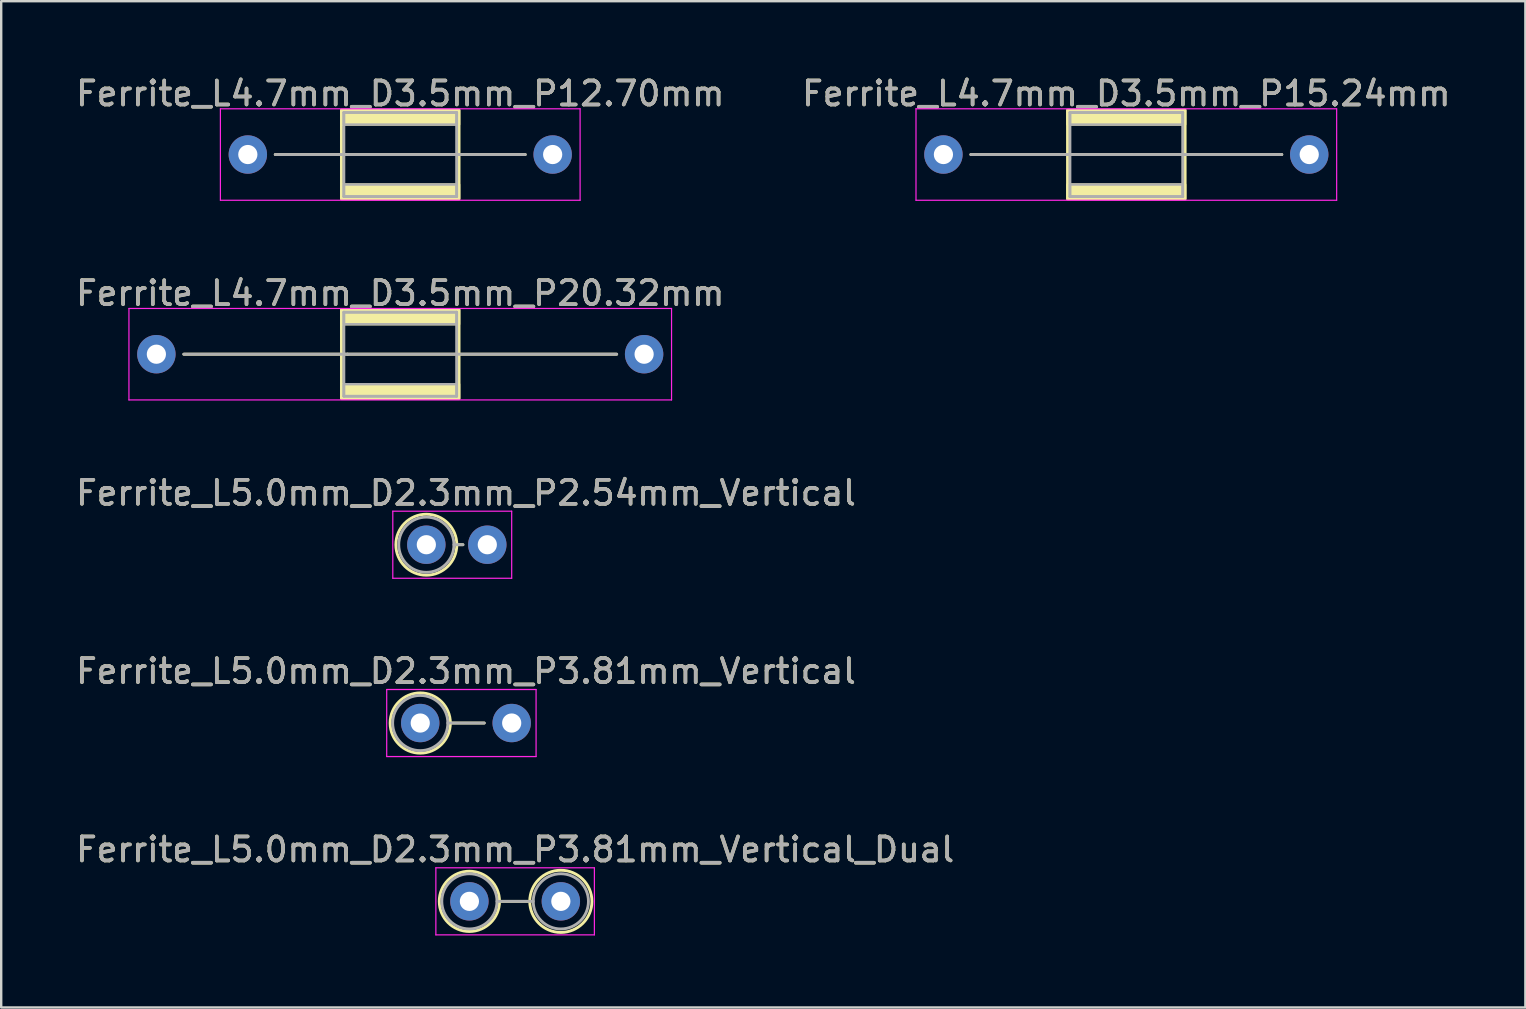
<source format=kicad_pcb>
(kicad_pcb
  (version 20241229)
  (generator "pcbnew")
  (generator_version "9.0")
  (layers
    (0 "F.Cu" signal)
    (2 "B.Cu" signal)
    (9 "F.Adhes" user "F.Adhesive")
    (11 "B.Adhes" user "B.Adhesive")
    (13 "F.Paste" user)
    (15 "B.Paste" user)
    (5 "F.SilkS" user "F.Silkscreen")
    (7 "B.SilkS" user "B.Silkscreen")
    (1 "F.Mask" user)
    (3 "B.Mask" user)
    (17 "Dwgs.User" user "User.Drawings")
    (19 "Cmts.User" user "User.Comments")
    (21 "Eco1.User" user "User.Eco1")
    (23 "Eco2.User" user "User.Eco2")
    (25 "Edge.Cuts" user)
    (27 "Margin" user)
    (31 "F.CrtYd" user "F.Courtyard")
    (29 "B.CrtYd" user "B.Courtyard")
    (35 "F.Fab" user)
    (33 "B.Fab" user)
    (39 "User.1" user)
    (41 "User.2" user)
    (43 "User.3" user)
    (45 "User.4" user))
  (footprint "Ferrite_L4.7mm_D3.5mm_P15.24mm"
    (layer "F.Cu")
    (at 36.255 3.388)
    (property "Reference" "Ferrite_L4.7mm_D3.5mm_P15.24mm" (at 7.62 -2.54 0) (layer "F.SilkS") (effects (font (size 1 1) (thickness 0.15))))
    (fp_line (start 7.964 0.000002) (end 1.143 0) (stroke (width 0.12) (type solid)) (layer "F.SilkS"))
    (fp_line (start 7.964 0.000002) (end 14.097 0) (stroke (width 0.12) (type solid)) (layer "F.SilkS"))
    (fp_rect (start 5.17 -1.85) (end 10.07 1.85) (stroke (width 0.12) (type solid)) (fill no) (layer "F.SilkS"))
    (fp_poly (pts (xy 10.07 -1.25) (xy 5.17 -1.25) (xy 5.17 -1.85) (xy 10.07 -1.85)) (stroke (width 0.1) (type solid)) (fill yes) (layer "F.SilkS"))
    (fp_poly (pts (xy 10.07 1.85) (xy 5.17 1.85) (xy 5.17 1.25) (xy 10.07 1.25)) (stroke (width 0.1) (type solid)) (fill yes) (layer "F.SilkS"))
    (fp_line (start -1.143 -1.905) (end 16.383 -1.905) (stroke (width 0.05) (type solid)) (layer "F.CrtYd"))
    (fp_line (start -1.143 1.905) (end -1.143 -1.905) (stroke (width 0.05) (type solid)) (layer "F.CrtYd"))
    (fp_line (start 16.383 -1.905) (end 16.383 1.905) (stroke (width 0.05) (type solid)) (layer "F.CrtYd"))
    (fp_line (start 16.383 1.905) (end -1.143 1.905) (stroke (width 0.05) (type solid)) (layer "F.CrtYd"))
    (fp_line (start 5.27 -1.75) (end 5.27 0) (stroke (width 0.12) (type solid)) (layer "F.Fab"))
    (fp_line (start 5.27 0) (end 5.27 1.75) (stroke (width 0.12) (type solid)) (layer "F.Fab"))
    (fp_line (start 5.27 1.75) (end 9.97 1.75) (stroke (width 0.12) (type solid)) (layer "F.Fab"))
    (fp_line (start 7.964 0.000002) (end 1.143 0) (stroke (width 0.12) (type solid)) (layer "F.Fab"))
    (fp_line (start 7.964 0.000002) (end 14.097 0) (stroke (width 0.12) (type solid)) (layer "F.Fab"))
    (fp_line (start 9.97 -1.75) (end 5.27 -1.75) (stroke (width 0.12) (type solid)) (layer "F.Fab"))
    (fp_line (start 9.97 1.75) (end 9.97 -1.75) (stroke (width 0.12) (type solid)) (layer "F.Fab"))
    (fp_poly (pts (xy 9.97 -1.25) (xy 5.27 -1.25) (xy 5.27 -1.75) (xy 9.97 -1.75)) (stroke (width 0.1) (type solid)) (fill no) (layer "F.Fab"))
    (fp_poly (pts (xy 9.97 1.75) (xy 5.27 1.75) (xy 5.27 1.25) (xy 9.97 1.25)) (stroke (width 0.1) (type solid)) (fill no) (layer "F.Fab"))
    (fp_text user "${REFERENCE}" (at 7.62 -2.539 0) (layer "F.Fab") (effects (font (size 1 1) (thickness 0.15))))
    (pad "1" thru_hole circle (at 0 0) (size 1.6 1.6) (drill 0.8) (layers "*.Cu" "*.Mask"))
    (pad "2" thru_hole circle (at 15.24 0) (size 1.6 1.6) (drill 0.8) (layers "*.Cu" "*.Mask")))
  (footprint "Ferrite_L4.7mm_D3.5mm_P12.70mm"
    (layer "F.Cu")
    (at 7.275 3.388)
    (property "Reference" "Ferrite_L4.7mm_D3.5mm_P12.70mm" (at 6.35 -2.54 0) (layer "F.SilkS") (effects (font (size 1 1) (thickness 0.15))))
    (fp_line (start 7.964 0.000002) (end 1.143 0) (stroke (width 0.12) (type solid)) (layer "F.SilkS"))
    (fp_line (start 7.964 0.000002) (end 11.557 0) (stroke (width 0.12) (type solid)) (layer "F.SilkS"))
    (fp_rect (start 3.9 -1.85) (end 8.8 1.85) (stroke (width 0.12) (type solid)) (fill no) (layer "F.SilkS"))
    (fp_poly (pts (xy 8.8 -1.25) (xy 3.9 -1.25) (xy 3.9 -1.85) (xy 8.8 -1.85)) (stroke (width 0.1) (type solid)) (fill yes) (layer "F.SilkS"))
    (fp_poly (pts (xy 8.8 1.85) (xy 3.9 1.85) (xy 3.9 1.25) (xy 8.8 1.25)) (stroke (width 0.1) (type solid)) (fill yes) (layer "F.SilkS"))
    (fp_line (start -1.143 -1.905) (end 13.843 -1.905) (stroke (width 0.05) (type solid)) (layer "F.CrtYd"))
    (fp_line (start -1.143 1.905) (end -1.143 -1.905) (stroke (width 0.05) (type solid)) (layer "F.CrtYd"))
    (fp_line (start 13.843 -1.905) (end 13.843 1.905) (stroke (width 0.05) (type solid)) (layer "F.CrtYd"))
    (fp_line (start 13.843 1.905) (end -1.143 1.905) (stroke (width 0.05) (type solid)) (layer "F.CrtYd"))
    (fp_line (start 4 -1.75) (end 4 0) (stroke (width 0.12) (type solid)) (layer "F.Fab"))
    (fp_line (start 4 0) (end 4 1.75) (stroke (width 0.12) (type solid)) (layer "F.Fab"))
    (fp_line (start 4 1.75) (end 8.7 1.75) (stroke (width 0.12) (type solid)) (layer "F.Fab"))
    (fp_line (start 7.964 0.000002) (end 1.143 0) (stroke (width 0.12) (type solid)) (layer "F.Fab"))
    (fp_line (start 7.964 0.000002) (end 11.557 0) (stroke (width 0.12) (type solid)) (layer "F.Fab"))
    (fp_line (start 8.7 -1.75) (end 4 -1.75) (stroke (width 0.12) (type solid)) (layer "F.Fab"))
    (fp_line (start 8.7 1.75) (end 8.7 -1.75) (stroke (width 0.12) (type solid)) (layer "F.Fab"))
    (fp_poly (pts (xy 8.7 -1.25) (xy 4 -1.25) (xy 4 -1.75) (xy 8.7 -1.75)) (stroke (width 0.1) (type solid)) (fill no) (layer "F.Fab"))
    (fp_poly (pts (xy 8.7 1.75) (xy 4 1.75) (xy 4 1.25) (xy 8.7 1.25)) (stroke (width 0.1) (type solid)) (fill no) (layer "F.Fab"))
    (fp_text user "${REFERENCE}" (at 6.35 -2.539 0) (layer "F.Fab") (effects (font (size 1 1) (thickness 0.15))))
    (pad "1" thru_hole circle (at 0 0) (size 1.6 1.6) (drill 0.8) (layers "*.Cu" "*.Mask"))
    (pad "2" thru_hole circle (at 12.7 0) (size 1.6 1.6) (drill 0.8) (layers "*.Cu" "*.Mask")))
  (footprint "Ferrite_L5.0mm_D2.3mm_P2.54mm_Vertical"
    (layer "F.Cu")
    (at 14.712 19.644)
    (property "Reference" "Ferrite_L5.0mm_D2.3mm_P2.54mm_Vertical" (at 1.651 -2.159 0) (layer "F.SilkS") (effects (font (size 1 1) (thickness 0.15))))
    (fp_line (start 1.27 0) (end 1.524 0) (stroke (width 0.12) (type solid)) (layer "F.SilkS"))
    (fp_circle (center 0 0) (end 1.27 0) (stroke (width 0.12) (type solid)) (fill no) (layer "F.SilkS"))
    (fp_line (start -1.397 -1.397) (end 3.556 -1.397) (stroke (width 0.05) (type solid)) (layer "F.CrtYd"))
    (fp_line (start -1.397 1.397) (end -1.397 -1.397) (stroke (width 0.05) (type solid)) (layer "F.CrtYd"))
    (fp_line (start 3.556 -1.397) (end 3.556 1.397) (stroke (width 0.05) (type solid)) (layer "F.CrtYd"))
    (fp_line (start 3.556 1.397) (end -1.397 1.397) (stroke (width 0.05) (type solid)) (layer "F.CrtYd"))
    (fp_line (start 1.15 0) (end 1.524 0) (stroke (width 0.12) (type solid)) (layer "F.Fab"))
    (fp_circle (center 0 0) (end 1.15 0) (stroke (width 0.12) (type solid)) (fill no) (layer "F.Fab"))
    (fp_text user "${REFERENCE}" (at 1.651 -2.158 0) (layer "F.Fab") (effects (font (size 1 1) (thickness 0.15))))
    (pad "1" thru_hole circle (at 0 0) (size 1.6 1.6) (drill 0.8) (layers "*.Cu" "*.Mask"))
    (pad "2" thru_hole circle (at 2.54 0) (size 1.6 1.6) (drill 0.8) (layers "*.Cu" "*.Mask")))
  (footprint "Ferrite_L5.0mm_D2.3mm_P3.81mm_Vertical"
    (layer "F.Cu")
    (at 14.458 27.073)
    (property "Reference" "Ferrite_L5.0mm_D2.3mm_P3.81mm_Vertical" (at 1.905 -2.159 0) (layer "F.SilkS") (effects (font (size 1 1) (thickness 0.15))))
    (fp_line (start 1.255 0) (end 2.667 0) (stroke (width 0.12) (type solid)) (layer "F.SilkS"))
    (fp_circle (center 0 0) (end 1.255 0) (stroke (width 0.12) (type solid)) (fill no) (layer "F.SilkS"))
    (fp_line (start -1.397 -1.397) (end 4.826 -1.397) (stroke (width 0.05) (type solid)) (layer "F.CrtYd"))
    (fp_line (start -1.397 1.397) (end -1.397 -1.397) (stroke (width 0.05) (type solid)) (layer "F.CrtYd"))
    (fp_line (start 4.826 -1.397) (end 4.826 1.397) (stroke (width 0.05) (type solid)) (layer "F.CrtYd"))
    (fp_line (start 4.826 1.397) (end -1.397 1.397) (stroke (width 0.05) (type solid)) (layer "F.CrtYd"))
    (fp_line (start 1.15 0) (end 2.667 0) (stroke (width 0.12) (type solid)) (layer "F.Fab"))
    (fp_circle (center 0 0) (end 1.15 0) (stroke (width 0.12) (type solid)) (fill no) (layer "F.Fab"))
    (fp_text user "${REFERENCE}" (at 1.905 -2.158 0) (layer "F.Fab") (effects (font (size 1 1) (thickness 0.15))))
    (pad "1" thru_hole circle (at 0 0) (size 1.6 1.6) (drill 0.8) (layers "*.Cu" "*.Mask"))
    (pad "2" thru_hole circle (at 3.81 0) (size 1.6 1.6) (drill 0.8) (layers "*.Cu" "*.Mask")))
  (footprint "Ferrite_L5.0mm_D2.3mm_P3.81mm_Vertical_Dual"
    (layer "F.Cu")
    (at 16.506 34.502)
    (property "Reference" "Ferrite_L5.0mm_D2.3mm_P3.81mm_Vertical_Dual" (at 1.905 -2.159 0) (layer "F.SilkS") (effects (font (size 1 1) (thickness 0.15))))
    (fp_line (start 1.255 0) (end 2.515 0) (stroke (width 0.12) (type solid)) (layer "F.SilkS"))
    (fp_circle (center 0 0) (end 1.255 0) (stroke (width 0.12) (type solid)) (fill no) (layer "F.SilkS"))
    (fp_circle (center 3.81 0) (end 5.105 0) (stroke (width 0.12) (type solid)) (fill no) (layer "F.SilkS"))
    (fp_line (start -1.397 -1.397) (end 5.207 -1.397) (stroke (width 0.05) (type solid)) (layer "F.CrtYd"))
    (fp_line (start -1.397 1.397) (end -1.397 -1.397) (stroke (width 0.05) (type solid)) (layer "F.CrtYd"))
    (fp_line (start 5.207 -1.397) (end 5.207 1.397) (stroke (width 0.05) (type solid)) (layer "F.CrtYd"))
    (fp_line (start 5.207 1.397) (end -1.397 1.397) (stroke (width 0.05) (type solid)) (layer "F.CrtYd"))
    (fp_line (start 1.15 0) (end 2.66 0) (stroke (width 0.12) (type solid)) (layer "F.Fab"))
    (fp_circle (center 0 0) (end 1.15 0) (stroke (width 0.12) (type solid)) (fill no) (layer "F.Fab"))
    (fp_circle (center 3.81 0) (end 4.96 0) (stroke (width 0.12) (type solid)) (fill no) (layer "F.Fab"))
    (fp_text user "${REFERENCE}" (at 1.905 -2.158 0) (layer "F.Fab") (effects (font (size 1 1) (thickness 0.15))))
    (pad "1" thru_hole circle (at 0 0) (size 1.6 1.6) (drill 0.8) (layers "*.Cu" "*.Mask"))
    (pad "2" thru_hole circle (at 3.81 0) (size 1.6 1.6) (drill 0.8) (layers "*.Cu" "*.Mask")))
  (footprint "Ferrite_L4.7mm_D3.5mm_P20.32mm"
    (layer "F.Cu")
    (at 3.465 11.707)
    (property "Reference" "Ferrite_L4.7mm_D3.5mm_P20.32mm" (at 10.16 -2.54 0) (layer "F.SilkS") (effects (font (size 1 1) (thickness 0.15))))
    (fp_line (start 7.964 0.000002) (end 1.143 0) (stroke (width 0.12) (type solid)) (layer "F.SilkS"))
    (fp_line (start 7.964 0.000002) (end 19.177 0) (stroke (width 0.12) (type solid)) (layer "F.SilkS"))
    (fp_rect (start 7.71 -1.85) (end 12.61 1.85) (stroke (width 0.12) (type solid)) (fill no) (layer "F.SilkS"))
    (fp_poly (pts (xy 12.61 -1.25) (xy 7.71 -1.25) (xy 7.71 -1.85) (xy 12.61 -1.85)) (stroke (width 0.1) (type solid)) (fill yes) (layer "F.SilkS"))
    (fp_poly (pts (xy 12.61 1.85) (xy 7.71 1.85) (xy 7.71 1.25) (xy 12.61 1.25)) (stroke (width 0.1) (type solid)) (fill yes) (layer "F.SilkS"))
    (fp_line (start -1.143 -1.905) (end 21.463 -1.905) (stroke (width 0.05) (type solid)) (layer "F.CrtYd"))
    (fp_line (start -1.143 1.905) (end -1.143 -1.905) (stroke (width 0.05) (type solid)) (layer "F.CrtYd"))
    (fp_line (start 21.463 -1.905) (end 21.463 1.905) (stroke (width 0.05) (type solid)) (layer "F.CrtYd"))
    (fp_line (start 21.463 1.905) (end -1.143 1.905) (stroke (width 0.05) (type solid)) (layer "F.CrtYd"))
    (fp_line (start 7.81 -1.75) (end 7.81 0) (stroke (width 0.12) (type solid)) (layer "F.Fab"))
    (fp_line (start 7.81 0) (end 7.81 1.75) (stroke (width 0.12) (type solid)) (layer "F.Fab"))
    (fp_line (start 7.81 1.75) (end 12.51 1.75) (stroke (width 0.12) (type solid)) (layer "F.Fab"))
    (fp_line (start 7.964 0.000002) (end 1.143 0) (stroke (width 0.12) (type solid)) (layer "F.Fab"))
    (fp_line (start 7.964 0.000002) (end 19.177 0) (stroke (width 0.12) (type solid)) (layer "F.Fab"))
    (fp_line (start 12.51 -1.75) (end 7.81 -1.75) (stroke (width 0.12) (type solid)) (layer "F.Fab"))
    (fp_line (start 12.51 1.75) (end 12.51 -1.75) (stroke (width 0.12) (type solid)) (layer "F.Fab"))
    (fp_poly (pts (xy 12.51 -1.25) (xy 7.81 -1.25) (xy 7.81 -1.75) (xy 12.51 -1.75)) (stroke (width 0.1) (type solid)) (fill no) (layer "F.Fab"))
    (fp_poly (pts (xy 12.51 1.75) (xy 7.81 1.75) (xy 7.81 1.25) (xy 12.51 1.25)) (stroke (width 0.1) (type solid)) (fill no) (layer "F.Fab"))
    (fp_text user "${REFERENCE}" (at 10.16 -2.539 0) (layer "F.Fab") (effects (font (size 1 1) (thickness 0.15))))
    (pad "1" thru_hole circle (at 0 0) (size 1.6 1.6) (drill 0.8) (layers "*.Cu" "*.Mask"))
    (pad "2" thru_hole circle (at 20.32 0) (size 1.6 1.6) (drill 0.8) (layers "*.Cu" "*.Mask")))
  (gr_rect
    (start -3 -3)
    (end 60.5 38.924)
    (stroke (width 0.1) (type default))
    (fill no)
    (layer "Edge.Cuts")))
</source>
